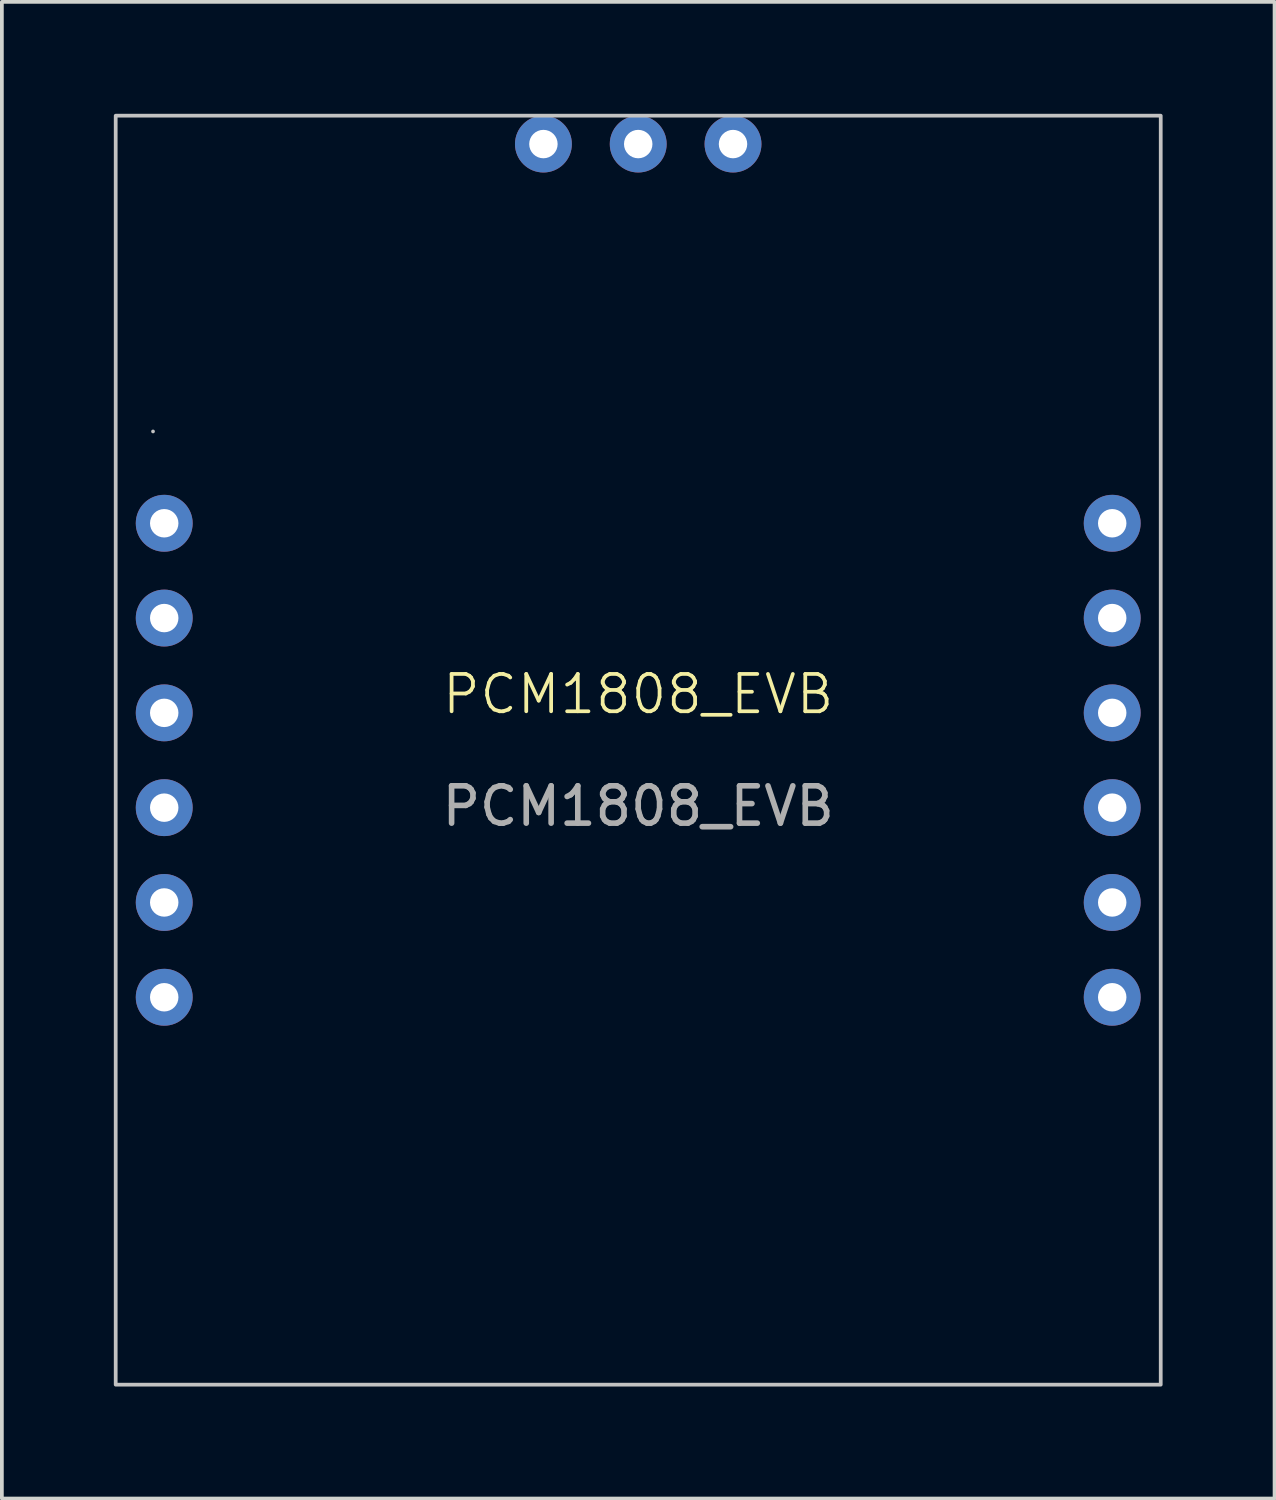
<source format=kicad_pcb>
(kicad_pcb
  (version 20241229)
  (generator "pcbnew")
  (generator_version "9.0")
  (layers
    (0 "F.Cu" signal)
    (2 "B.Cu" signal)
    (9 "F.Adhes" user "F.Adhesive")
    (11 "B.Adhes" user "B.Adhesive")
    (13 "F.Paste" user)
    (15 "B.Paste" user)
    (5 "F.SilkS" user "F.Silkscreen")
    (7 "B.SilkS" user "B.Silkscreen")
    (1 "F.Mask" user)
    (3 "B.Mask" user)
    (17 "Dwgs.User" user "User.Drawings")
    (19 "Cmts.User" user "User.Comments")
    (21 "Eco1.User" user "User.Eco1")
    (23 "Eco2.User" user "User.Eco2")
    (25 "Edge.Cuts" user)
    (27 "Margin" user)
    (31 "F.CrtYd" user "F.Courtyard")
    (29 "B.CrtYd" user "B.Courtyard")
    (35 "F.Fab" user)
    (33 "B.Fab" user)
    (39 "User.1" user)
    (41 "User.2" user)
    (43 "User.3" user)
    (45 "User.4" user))
  (footprint "PCM1808_EVB"
    (layer "F.Cu")
    (at 14.05 16.05)
    (property "Reference" "PCM1808_EVB" (at 0 -0.5 0) (unlocked yes) (layer "F.SilkS") (effects (font (size 1 1) (thickness 0.1))))
    (attr through_hole)
    (fp_line (start -13 -7.54) (end -13 -7.54) (stroke (width 0.1) (type default)) (layer "Dwgs.User"))
    (fp_rect (start -14 -16) (end 14 18) (stroke (width 0.1) (type default)) (fill no) (layer "Dwgs.User"))
    (fp_text user "${REFERENCE}" (at 0 2.5 0) (unlocked yes) (layer "F.Fab") (effects (font (size 1 1) (thickness 0.15))))
    (pad "1" thru_hole circle (at -12.7 7.62) (size 1.524 1.524) (drill 0.762) (layers "*.Cu" "*.Mask"))
    (pad "2" thru_hole circle (at -12.7 5.08) (size 1.524 1.524) (drill 0.762) (layers "*.Cu" "*.Mask"))
    (pad "3" thru_hole circle (at -12.7 2.54) (size 1.524 1.524) (drill 0.762) (layers "*.Cu" "*.Mask"))
    (pad "4" thru_hole circle (at -12.7 0) (size 1.524 1.524) (drill 0.762) (layers "*.Cu" "*.Mask"))
    (pad "5" thru_hole circle (at -12.7 -2.54) (size 1.524 1.524) (drill 0.762) (layers "*.Cu" "*.Mask"))
    (pad "6" thru_hole circle (at -12.7 -5.08) (size 1.524 1.524) (drill 0.762) (layers "*.Cu" "*.Mask"))
    (pad "7" thru_hole circle (at -2.54 -15.24) (size 1.524 1.524) (drill 0.762) (layers "*.Cu" "*.Mask"))
    (pad "8" thru_hole circle (at 0 -15.24) (size 1.524 1.524) (drill 0.762) (layers "*.Cu" "*.Mask"))
    (pad "9" thru_hole circle (at 2.54 -15.24) (size 1.524 1.524) (drill 0.762) (layers "*.Cu" "*.Mask"))
    (pad "10" thru_hole circle (at 12.7 -5.08) (size 1.524 1.524) (drill 0.762) (layers "*.Cu" "*.Mask"))
    (pad "11" thru_hole circle (at 12.7 -2.54) (size 1.524 1.524) (drill 0.762) (layers "*.Cu" "*.Mask"))
    (pad "13" thru_hole circle (at 12.7 0) (size 1.524 1.524) (drill 0.762) (layers "*.Cu" "*.Mask"))
    (pad "14" thru_hole circle (at 12.7 2.54) (size 1.524 1.524) (drill 0.762) (layers "*.Cu" "*.Mask"))
    (pad "15" thru_hole circle (at 12.7 5.08) (size 1.524 1.524) (drill 0.762) (layers "*.Cu" "*.Mask"))
    (pad "16" thru_hole circle (at 12.7 7.62) (size 1.524 1.524) (drill 0.762) (layers "*.Cu" "*.Mask")))
  (gr_rect
    (start -3 -3)
    (end 31.1 37.1)
    (stroke (width 0.1) (type default))
    (fill no)
    (layer "Edge.Cuts")))
</source>
